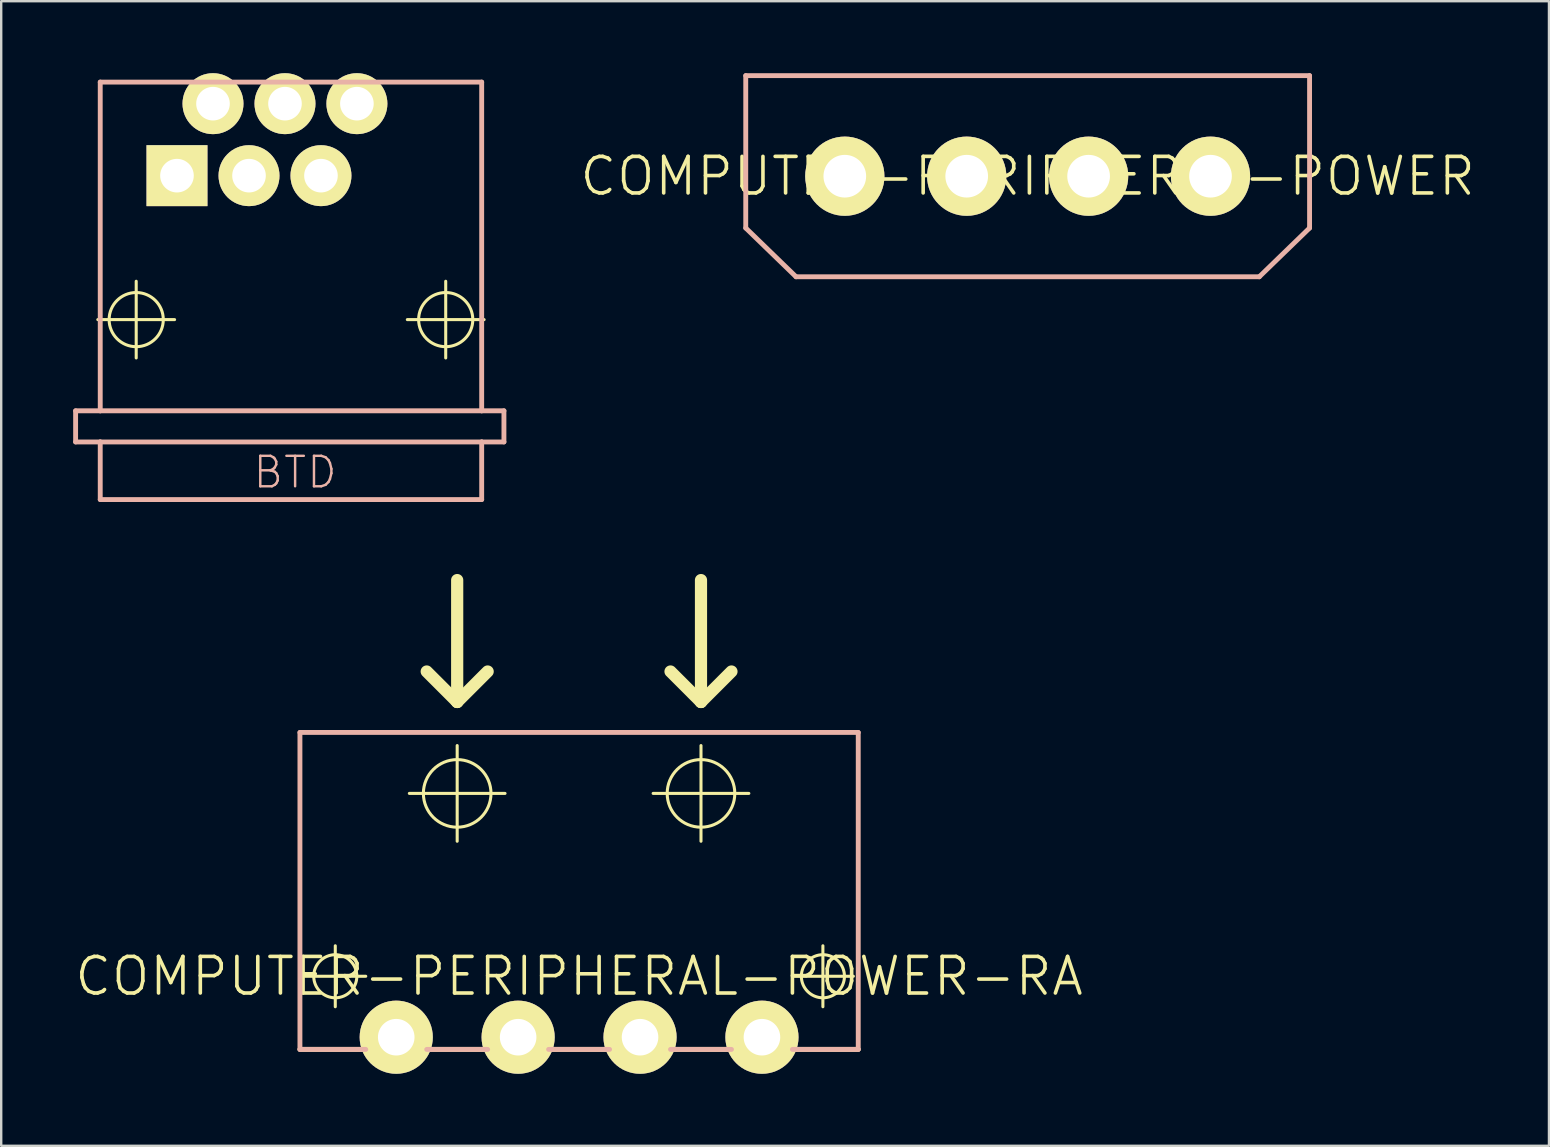
<source format=kicad_pcb>
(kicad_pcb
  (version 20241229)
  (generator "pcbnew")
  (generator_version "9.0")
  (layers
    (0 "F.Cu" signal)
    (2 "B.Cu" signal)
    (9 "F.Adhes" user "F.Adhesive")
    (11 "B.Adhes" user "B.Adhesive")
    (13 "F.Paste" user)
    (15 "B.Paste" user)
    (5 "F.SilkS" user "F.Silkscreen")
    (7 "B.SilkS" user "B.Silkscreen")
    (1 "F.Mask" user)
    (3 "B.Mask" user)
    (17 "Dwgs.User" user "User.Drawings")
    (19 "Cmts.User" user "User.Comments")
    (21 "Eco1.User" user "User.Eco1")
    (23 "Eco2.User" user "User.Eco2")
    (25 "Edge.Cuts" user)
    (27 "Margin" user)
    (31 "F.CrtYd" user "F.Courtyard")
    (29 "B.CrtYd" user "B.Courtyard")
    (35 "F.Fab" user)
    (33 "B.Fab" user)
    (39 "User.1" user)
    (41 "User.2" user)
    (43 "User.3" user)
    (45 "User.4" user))
  (footprint "COMPUTER-PERIPHERAL-POWER-RA"
    (layer "F.Cu")
    (at 21.082 37.633)
    (property "Reference" "COMPUTER-PERIPHERAL-POWER-RA" (at 0 0 0) (layer "F.SilkS") (effects (font (size 1.524 1.524) (thickness 0.15))))
    (attr exclude_from_pos_files exclude_from_bom)
    (fp_line (start -11.43 0) (end -8.89 0) (stroke (width 0.127) (type solid)) (layer "F.SilkS"))
    (fp_line (start -10.16 1.27) (end -10.16 -1.27) (stroke (width 0.127) (type solid)) (layer "F.SilkS"))
    (fp_line (start -7.074 -7.62) (end -3.086 -7.62) (stroke (width 0.127) (type solid)) (layer "F.SilkS"))
    (fp_line (start -5.08 -16.51) (end -5.08 -11.43) (stroke (width 0.508) (type solid)) (layer "F.SilkS"))
    (fp_line (start -5.08 -11.43) (end -6.35 -12.7) (stroke (width 0.508) (type solid)) (layer "F.SilkS"))
    (fp_line (start -5.08 -11.43) (end -3.81 -12.7) (stroke (width 0.508) (type solid)) (layer "F.SilkS"))
    (fp_line (start -5.08 -5.626) (end -5.08 -9.614) (stroke (width 0.127) (type solid)) (layer "F.SilkS"))
    (fp_line (start 3.086 -7.62) (end 7.074 -7.62) (stroke (width 0.127) (type solid)) (layer "F.SilkS"))
    (fp_line (start 5.08 -16.51) (end 5.08 -11.43) (stroke (width 0.508) (type solid)) (layer "F.SilkS"))
    (fp_line (start 5.08 -11.43) (end 3.81 -12.7) (stroke (width 0.508) (type solid)) (layer "F.SilkS"))
    (fp_line (start 5.08 -11.43) (end 6.35 -12.7) (stroke (width 0.508) (type solid)) (layer "F.SilkS"))
    (fp_line (start 5.08 -5.626) (end 5.08 -9.614) (stroke (width 0.127) (type solid)) (layer "F.SilkS"))
    (fp_line (start 8.89 0) (end 11.43 0) (stroke (width 0.127) (type solid)) (layer "F.SilkS"))
    (fp_line (start 10.16 1.27) (end 10.16 -1.27) (stroke (width 0.127) (type solid)) (layer "F.SilkS"))
    (fp_line (start 11.633 3.048) (end -11.633 3.048) (stroke (width 0.203) (type solid)) (layer "F.SilkS"))
    (fp_circle (center -10.16 0) (end -10.795 0.635) (stroke (width 0.127) (type solid)) (fill no) (layer "F.SilkS"))
    (fp_circle (center -5.08 -7.62) (end -6.076 -8.616) (stroke (width 0.127) (type solid)) (fill no) (layer "F.SilkS"))
    (fp_circle (center 5.08 -7.62) (end 6.076 -8.616) (stroke (width 0.127) (type solid)) (fill no) (layer "F.SilkS"))
    (fp_circle (center 10.16 0) (end 10.795 0.635) (stroke (width 0.127) (type solid)) (fill no) (layer "F.SilkS"))
    (fp_line (start -11.633 -10.16) (end 11.633 -10.16) (stroke (width 0.203) (type solid)) (layer "B.SilkS"))
    (fp_line (start -11.633 3.048) (end -11.633 -10.16) (stroke (width 0.203) (type solid)) (layer "B.SilkS"))
    (fp_line (start -11.633 3.048) (end -8.89 3.048) (stroke (width 0.203) (type solid)) (layer "B.SilkS"))
    (fp_line (start -6.35 3.048) (end -3.81 3.048) (stroke (width 0.203) (type solid)) (layer "B.SilkS"))
    (fp_line (start -1.27 3.048) (end 1.27 3.048) (stroke (width 0.203) (type solid)) (layer "B.SilkS"))
    (fp_line (start 3.81 3.048) (end 6.35 3.048) (stroke (width 0.203) (type solid)) (layer "B.SilkS"))
    (fp_line (start 11.633 -10.16) (end 11.633 3.048) (stroke (width 0.203) (type solid)) (layer "B.SilkS"))
    (fp_line (start 11.633 3.048) (end 8.89 3.048) (stroke (width 0.203) (type solid)) (layer "B.SilkS"))
    (pad "5V" thru_hole circle (at -7.62 2.54) (size 3.048 3.048) (drill 1.524) (layers "*.Cu" "F.Mask" "F.SilkS" "F.Paste"))
    (pad "12V" thru_hole circle (at 7.62 2.54) (size 3.048 3.048) (drill 1.524) (layers "*.Cu" "F.Mask" "F.SilkS" "F.Paste"))
    (pad "GND" thru_hole circle (at -2.54 2.54) (size 3.048 3.048) (drill 1.524) (layers "*.Cu" "F.Mask" "F.SilkS" "F.Paste"))
    (pad "NC" thru_hole circle (at 2.54 2.54) (size 3.048 3.048) (drill 1.524) (layers "*.Cu" "F.Mask" "F.SilkS" "F.Paste")))
  (footprint "COMPUTER-PERIPHERAL-POWER"
    (layer "F.Cu")
    (at 39.775 4.293)
    (property "Reference" "COMPUTER-PERIPHERAL-POWER" (at 0 0 0) (layer "F.SilkS") (effects (font (size 1.524 1.524) (thickness 0.15))))
    (attr exclude_from_pos_files exclude_from_bom)
    (fp_line (start -11.748 -4.191) (end 11.748 -4.191) (stroke (width 0.203) (type solid)) (layer "B.SilkS"))
    (fp_line (start -11.748 2.159) (end -11.748 -4.191) (stroke (width 0.203) (type solid)) (layer "B.SilkS"))
    (fp_line (start -9.652 4.191) (end -11.748 2.159) (stroke (width 0.203) (type solid)) (layer "B.SilkS"))
    (fp_line (start 9.652 4.191) (end -9.652 4.191) (stroke (width 0.203) (type solid)) (layer "B.SilkS"))
    (fp_line (start 11.748 -4.191) (end 11.748 2.159) (stroke (width 0.203) (type solid)) (layer "B.SilkS"))
    (fp_line (start 11.748 2.159) (end 9.652 4.191) (stroke (width 0.203) (type solid)) (layer "B.SilkS"))
    (pad "5V" thru_hole circle (at 7.62 0) (size 3.302 3.302) (drill 1.778) (layers "*.Cu" "F.Mask" "F.SilkS" "F.Paste"))
    (pad "12V" thru_hole circle (at -7.62 0) (size 3.302 3.302) (drill 1.778) (layers "*.Cu" "F.Mask" "F.SilkS" "F.Paste"))
    (pad "GND" thru_hole circle (at 2.54 0) (size 3.302 3.302) (drill 1.778) (layers "*.Cu" "F.Mask" "F.SilkS" "F.Paste"))
    (pad "NC" thru_hole circle (at -2.54 0) (size 3.302 3.302) (drill 1.778) (layers "*.Cu" "F.Mask" "F.SilkS" "F.Paste")))
  (footprint "BTD"
    (layer "F.Cu")
    (at 9.075 10.269)
    (property "Reference" "BTD" (at 0.173 6.363 0) (layer "B.SilkS") (effects (font (size 1.27 1.27) (thickness 0.102))))
    (attr exclude_from_pos_files exclude_from_bom)
    (fp_line (start -8.049 0) (end -4.849 0) (stroke (width 0.127) (type solid)) (layer "F.SilkS"))
    (fp_line (start -6.449 1.598) (end -6.449 -1.598) (stroke (width 0.127) (type solid)) (layer "F.SilkS"))
    (fp_line (start 4.849 0) (end 8.049 0) (stroke (width 0.127) (type solid)) (layer "F.SilkS"))
    (fp_line (start 6.449 1.598) (end 6.449 -1.598) (stroke (width 0.127) (type solid)) (layer "F.SilkS"))
    (fp_circle (center -6.449 0) (end -7.247 0.798) (stroke (width 0.127) (type solid)) (fill no) (layer "F.SilkS"))
    (fp_circle (center 6.449 0) (end 7.247 0.798) (stroke (width 0.127) (type solid)) (fill no) (layer "F.SilkS"))
    (fp_line (start -8.974 3.8) (end -8.974 5.098) (stroke (width 0.203) (type solid)) (layer "B.SilkS"))
    (fp_line (start -8.974 3.8) (end -7.948 3.8) (stroke (width 0.203) (type solid)) (layer "B.SilkS"))
    (fp_line (start -8.974 5.098) (end -7.948 5.098) (stroke (width 0.203) (type solid)) (layer "B.SilkS"))
    (fp_line (start -7.948 -9.898) (end 7.948 -9.898) (stroke (width 0.203) (type solid)) (layer "B.SilkS"))
    (fp_line (start -7.948 3.8) (end -7.948 -9.898) (stroke (width 0.203) (type solid)) (layer "B.SilkS"))
    (fp_line (start -7.948 3.8) (end 7.948 3.8) (stroke (width 0.203) (type solid)) (layer "B.SilkS"))
    (fp_line (start -7.948 5.098) (end 7.948 5.098) (stroke (width 0.203) (type solid)) (layer "B.SilkS"))
    (fp_line (start -7.948 7.498) (end -7.948 5.098) (stroke (width 0.203) (type solid)) (layer "B.SilkS"))
    (fp_line (start -7.948 7.498) (end 7.948 7.498) (stroke (width 0.203) (type solid)) (layer "B.SilkS"))
    (fp_line (start 7.948 3.8) (end 7.948 -9.898) (stroke (width 0.203) (type solid)) (layer "B.SilkS"))
    (fp_line (start 7.948 3.8) (end 8.875 3.8) (stroke (width 0.203) (type solid)) (layer "B.SilkS"))
    (fp_line (start 7.948 5.098) (end 8.875 5.098) (stroke (width 0.203) (type solid)) (layer "B.SilkS"))
    (fp_line (start 7.948 7.498) (end 7.948 5.098) (stroke (width 0.203) (type solid)) (layer "B.SilkS"))
    (fp_line (start 8.875 3.8) (end 8.875 5.098) (stroke (width 0.203) (type solid)) (layer "B.SilkS"))
    (pad "1" thru_hole rect (at -4.75 -5.999) (size 2.54 2.54) (drill 1.4) (layers "*.Cu" "F.Mask" "F.SilkS" "F.Paste"))
    (pad "2" thru_hole circle (at -3.249 -8.999) (size 2.54 2.54) (drill 1.4) (layers "*.Cu" "F.Mask" "F.SilkS" "F.Paste"))
    (pad "3" thru_hole circle (at -1.748 -5.999) (size 2.54 2.54) (drill 1.4) (layers "*.Cu" "F.Mask" "F.SilkS" "F.Paste"))
    (pad "4" thru_hole circle (at -0.249 -8.999) (size 2.54 2.54) (drill 1.4) (layers "*.Cu" "F.Mask" "F.SilkS" "F.Paste"))
    (pad "5" thru_hole circle (at 1.25 -5.999) (size 2.54 2.54) (drill 1.4) (layers "*.Cu" "F.Mask" "F.SilkS" "F.Paste"))
    (pad "6" thru_hole circle (at 2.748 -8.999) (size 2.54 2.54) (drill 1.4) (layers "*.Cu" "F.Mask" "F.SilkS" "F.Paste")))
  (gr_rect
    (start -3 -3)
    (end 61.499 44.697)
    (stroke (width 0.1) (type default))
    (fill no)
    (layer "Edge.Cuts")))
</source>
